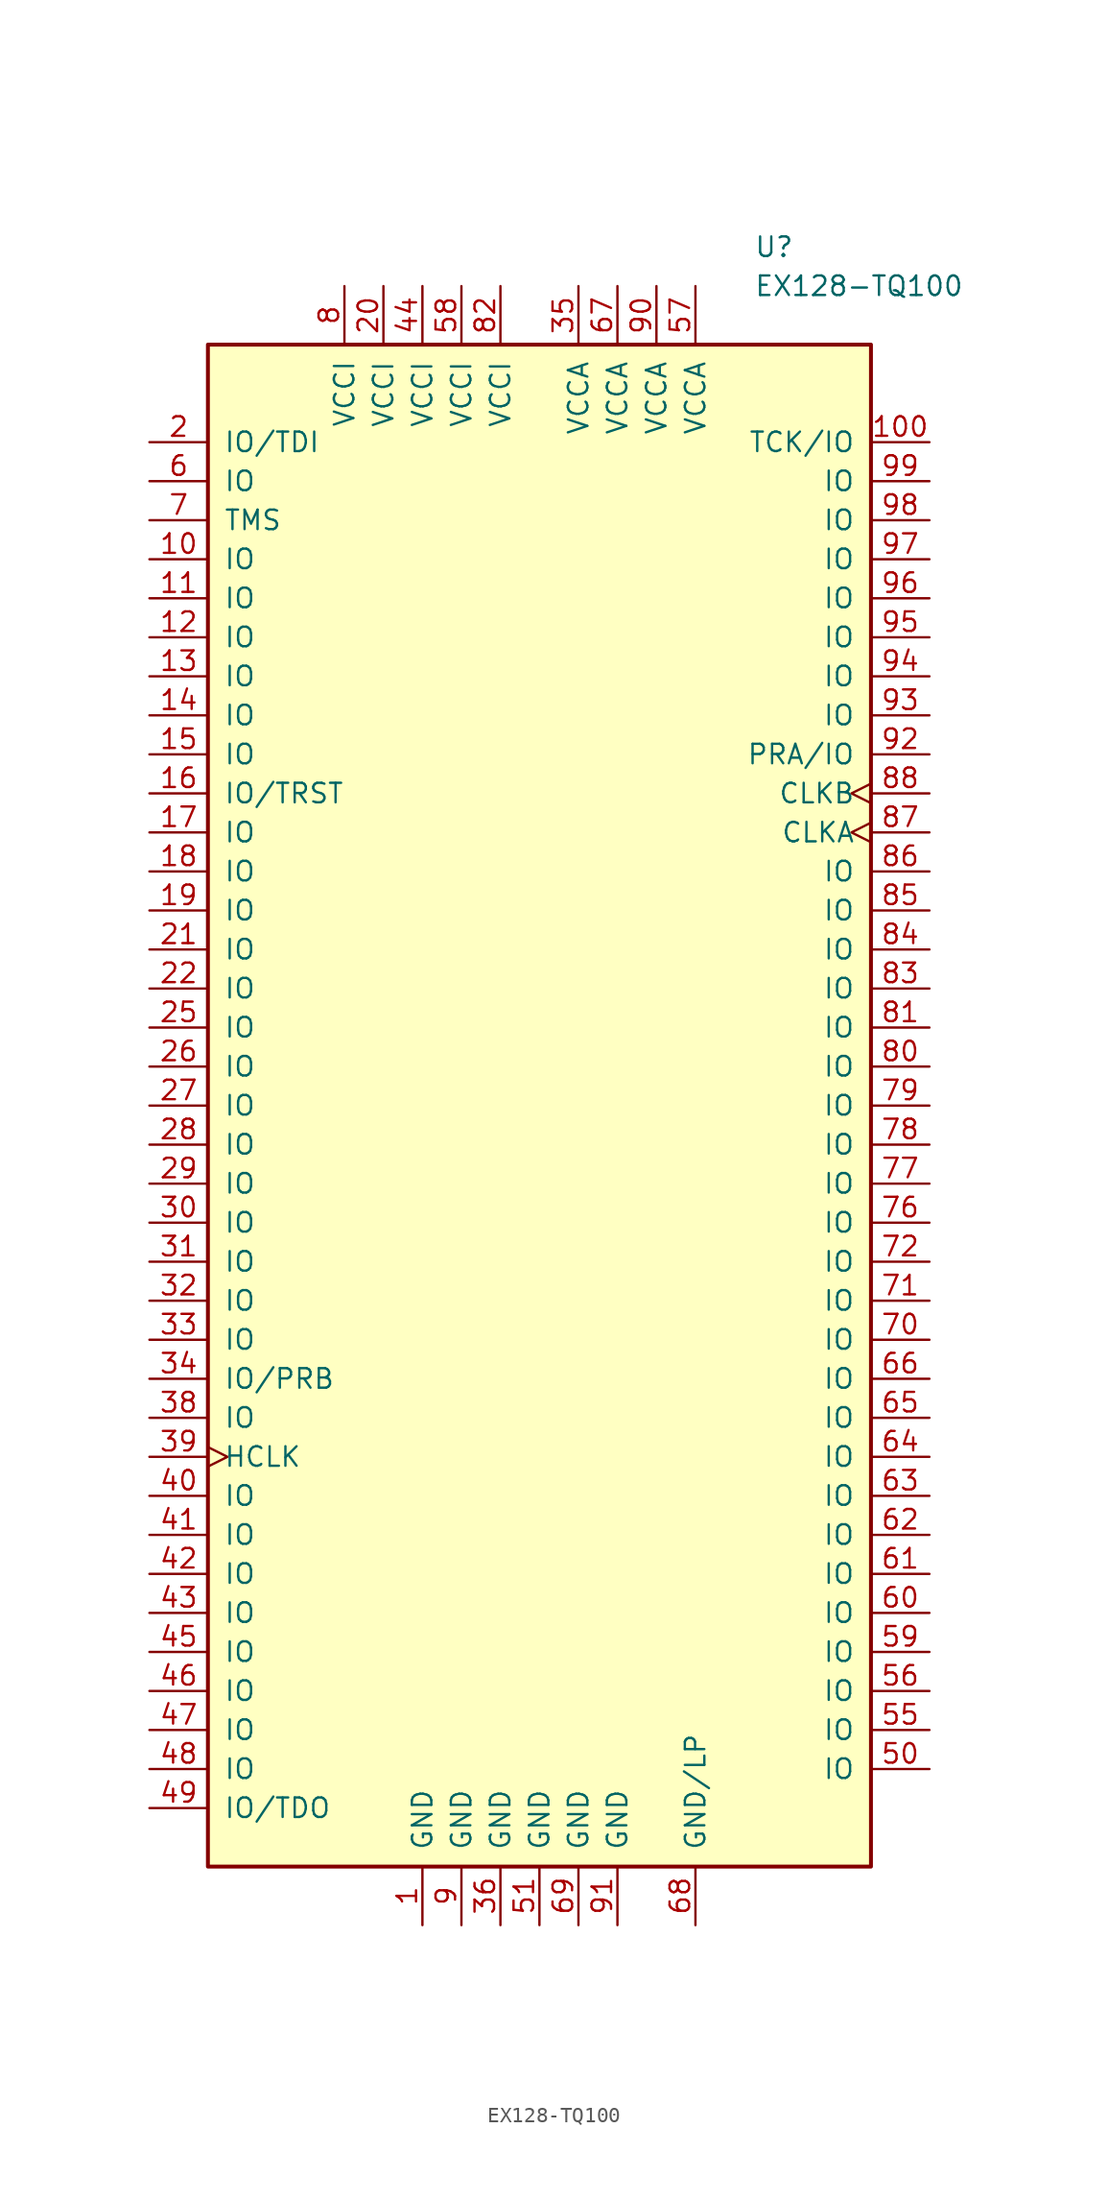
<source format=kicad_sym>
(kicad_symbol_lib
  (version 20201005)
  (generator kicad_symbol_editor)
  (symbol "FPGA_Microsemi:EX128-TQ100"
    (pin_names
      (offset 1.016))
    (property "Reference" "U"
      (at 13.97 55.88 0)
      (effects (font (size 1.27 1.27)) (justify left)))
    (property "Value" "EX128-TQ100"
      (at 13.97 53.34 0)
      (effects (font (size 1.27 1.27)) (justify left)))
    (symbol "EX128-TQ100_0_1"
      (rectangle (start -21.59 49.53) (end 21.59 -49.53) (stroke (width 0.254)) (fill (type background))))
    (symbol "EX128-TQ100_1_1"
      (pin power_in line (at -7.62 -53.34 90) (length 3.81) (name "GND" (effects (font (size 1.27 1.27)))) (number "1" (effects (font (size 1.27 1.27)))))
      (pin bidirectional line (at -25.4 35.56 0) (length 3.81) (name "IO" (effects (font (size 1.27 1.27)))) (number "10" (effects (font (size 1.27 1.27)))))
      (pin bidirectional line (at 25.4 43.18 180) (length 3.81) (name "TCK/IO" (effects (font (size 1.27 1.27)))) (number "100" (effects (font (size 1.27 1.27)))))
      (pin bidirectional line (at -25.4 33.02 0) (length 3.81) (name "IO" (effects (font (size 1.27 1.27)))) (number "11" (effects (font (size 1.27 1.27)))))
      (pin bidirectional line (at -25.4 30.48 0) (length 3.81) (name "IO" (effects (font (size 1.27 1.27)))) (number "12" (effects (font (size 1.27 1.27)))))
      (pin bidirectional line (at -25.4 27.94 0) (length 3.81) (name "IO" (effects (font (size 1.27 1.27)))) (number "13" (effects (font (size 1.27 1.27)))))
      (pin bidirectional line (at -25.4 25.4 0) (length 3.81) (name "IO" (effects (font (size 1.27 1.27)))) (number "14" (effects (font (size 1.27 1.27)))))
      (pin bidirectional line (at -25.4 22.86 0) (length 3.81) (name "IO" (effects (font (size 1.27 1.27)))) (number "15" (effects (font (size 1.27 1.27)))))
      (pin bidirectional line (at -25.4 20.32 0) (length 3.81) (name "IO/TRST" (effects (font (size 1.27 1.27)))) (number "16" (effects (font (size 1.27 1.27)))))
      (pin bidirectional line (at -25.4 17.78 0) (length 3.81) (name "IO" (effects (font (size 1.27 1.27)))) (number "17" (effects (font (size 1.27 1.27)))))
      (pin bidirectional line (at -25.4 15.24 0) (length 3.81) (name "IO" (effects (font (size 1.27 1.27)))) (number "18" (effects (font (size 1.27 1.27)))))
      (pin bidirectional line (at -25.4 12.7 0) (length 3.81) (name "IO" (effects (font (size 1.27 1.27)))) (number "19" (effects (font (size 1.27 1.27)))))
      (pin bidirectional line (at -25.4 43.18 0) (length 3.81) (name "IO/TDI" (effects (font (size 1.27 1.27)))) (number "2" (effects (font (size 1.27 1.27)))))
      (pin power_in line (at -10.16 53.34 270) (length 3.81) (name "VCCI" (effects (font (size 1.27 1.27)))) (number "20" (effects (font (size 1.27 1.27)))))
      (pin bidirectional line (at -25.4 10.16 0) (length 3.81) (name "IO" (effects (font (size 1.27 1.27)))) (number "21" (effects (font (size 1.27 1.27)))))
      (pin bidirectional line (at -25.4 7.62 0) (length 3.81) (name "IO" (effects (font (size 1.27 1.27)))) (number "22" (effects (font (size 1.27 1.27)))))
      (pin bidirectional line (at -25.4 5.08 0) (length 3.81) (name "IO" (effects (font (size 1.27 1.27)))) (number "25" (effects (font (size 1.27 1.27)))))
      (pin bidirectional line (at -25.4 2.54 0) (length 3.81) (name "IO" (effects (font (size 1.27 1.27)))) (number "26" (effects (font (size 1.27 1.27)))))
      (pin bidirectional line (at -25.4 0 0) (length 3.81) (name "IO" (effects (font (size 1.27 1.27)))) (number "27" (effects (font (size 1.27 1.27)))))
      (pin bidirectional line (at -25.4 -2.54 0) (length 3.81) (name "IO" (effects (font (size 1.27 1.27)))) (number "28" (effects (font (size 1.27 1.27)))))
      (pin bidirectional line (at -25.4 -5.08 0) (length 3.81) (name "IO" (effects (font (size 1.27 1.27)))) (number "29" (effects (font (size 1.27 1.27)))))
      (pin bidirectional line (at -25.4 -7.62 0) (length 3.81) (name "IO" (effects (font (size 1.27 1.27)))) (number "30" (effects (font (size 1.27 1.27)))))
      (pin bidirectional line (at -25.4 -10.16 0) (length 3.81) (name "IO" (effects (font (size 1.27 1.27)))) (number "31" (effects (font (size 1.27 1.27)))))
      (pin bidirectional line (at -25.4 -12.7 0) (length 3.81) (name "IO" (effects (font (size 1.27 1.27)))) (number "32" (effects (font (size 1.27 1.27)))))
      (pin bidirectional line (at -25.4 -15.24 0) (length 3.81) (name "IO" (effects (font (size 1.27 1.27)))) (number "33" (effects (font (size 1.27 1.27)))))
      (pin bidirectional line (at -25.4 -17.78 0) (length 3.81) (name "IO/PRB" (effects (font (size 1.27 1.27)))) (number "34" (effects (font (size 1.27 1.27)))))
      (pin power_in line (at 2.54 53.34 270) (length 3.81) (name "VCCA" (effects (font (size 1.27 1.27)))) (number "35" (effects (font (size 1.27 1.27)))))
      (pin power_in line (at -2.54 -53.34 90) (length 3.81) (name "GND" (effects (font (size 1.27 1.27)))) (number "36" (effects (font (size 1.27 1.27)))))
      (pin bidirectional line (at -25.4 -20.32 0) (length 3.81) (name "IO" (effects (font (size 1.27 1.27)))) (number "38" (effects (font (size 1.27 1.27)))))
      (pin input clock (at -25.4 -22.86 0) (length 3.81) (name "HCLK" (effects (font (size 1.27 1.27)))) (number "39" (effects (font (size 1.27 1.27)))))
      (pin bidirectional line (at -25.4 -25.4 0) (length 3.81) (name "IO" (effects (font (size 1.27 1.27)))) (number "40" (effects (font (size 1.27 1.27)))))
      (pin bidirectional line (at -25.4 -27.94 0) (length 3.81) (name "IO" (effects (font (size 1.27 1.27)))) (number "41" (effects (font (size 1.27 1.27)))))
      (pin bidirectional line (at -25.4 -30.48 0) (length 3.81) (name "IO" (effects (font (size 1.27 1.27)))) (number "42" (effects (font (size 1.27 1.27)))))
      (pin bidirectional line (at -25.4 -33.02 0) (length 3.81) (name "IO" (effects (font (size 1.27 1.27)))) (number "43" (effects (font (size 1.27 1.27)))))
      (pin power_in line (at -7.62 53.34 270) (length 3.81) (name "VCCI" (effects (font (size 1.27 1.27)))) (number "44" (effects (font (size 1.27 1.27)))))
      (pin bidirectional line (at -25.4 -35.56 0) (length 3.81) (name "IO" (effects (font (size 1.27 1.27)))) (number "45" (effects (font (size 1.27 1.27)))))
      (pin bidirectional line (at -25.4 -38.1 0) (length 3.81) (name "IO" (effects (font (size 1.27 1.27)))) (number "46" (effects (font (size 1.27 1.27)))))
      (pin bidirectional line (at -25.4 -40.64 0) (length 3.81) (name "IO" (effects (font (size 1.27 1.27)))) (number "47" (effects (font (size 1.27 1.27)))))
      (pin bidirectional line (at -25.4 -43.18 0) (length 3.81) (name "IO" (effects (font (size 1.27 1.27)))) (number "48" (effects (font (size 1.27 1.27)))))
      (pin bidirectional line (at -25.4 -45.72 0) (length 3.81) (name "IO/TDO" (effects (font (size 1.27 1.27)))) (number "49" (effects (font (size 1.27 1.27)))))
      (pin bidirectional line (at 25.4 -43.18 180) (length 3.81) (name "IO" (effects (font (size 1.27 1.27)))) (number "50" (effects (font (size 1.27 1.27)))))
      (pin power_in line (at 0 -53.34 90) (length 3.81) (name "GND" (effects (font (size 1.27 1.27)))) (number "51" (effects (font (size 1.27 1.27)))))
      (pin bidirectional line (at 25.4 -40.64 180) (length 3.81) (name "IO" (effects (font (size 1.27 1.27)))) (number "55" (effects (font (size 1.27 1.27)))))
      (pin bidirectional line (at 25.4 -38.1 180) (length 3.81) (name "IO" (effects (font (size 1.27 1.27)))) (number "56" (effects (font (size 1.27 1.27)))))
      (pin power_in line (at 10.16 53.34 270) (length 3.81) (name "VCCA" (effects (font (size 1.27 1.27)))) (number "57" (effects (font (size 1.27 1.27)))))
      (pin power_in line (at -5.08 53.34 270) (length 3.81) (name "VCCI" (effects (font (size 1.27 1.27)))) (number "58" (effects (font (size 1.27 1.27)))))
      (pin bidirectional line (at 25.4 -35.56 180) (length 3.81) (name "IO" (effects (font (size 1.27 1.27)))) (number "59" (effects (font (size 1.27 1.27)))))
      (pin bidirectional line (at -25.4 40.64 0) (length 3.81) (name "IO" (effects (font (size 1.27 1.27)))) (number "6" (effects (font (size 1.27 1.27)))))
      (pin bidirectional line (at 25.4 -33.02 180) (length 3.81) (name "IO" (effects (font (size 1.27 1.27)))) (number "60" (effects (font (size 1.27 1.27)))))
      (pin bidirectional line (at 25.4 -30.48 180) (length 3.81) (name "IO" (effects (font (size 1.27 1.27)))) (number "61" (effects (font (size 1.27 1.27)))))
      (pin bidirectional line (at 25.4 -27.94 180) (length 3.81) (name "IO" (effects (font (size 1.27 1.27)))) (number "62" (effects (font (size 1.27 1.27)))))
      (pin bidirectional line (at 25.4 -25.4 180) (length 3.81) (name "IO" (effects (font (size 1.27 1.27)))) (number "63" (effects (font (size 1.27 1.27)))))
      (pin bidirectional line (at 25.4 -22.86 180) (length 3.81) (name "IO" (effects (font (size 1.27 1.27)))) (number "64" (effects (font (size 1.27 1.27)))))
      (pin bidirectional line (at 25.4 -20.32 180) (length 3.81) (name "IO" (effects (font (size 1.27 1.27)))) (number "65" (effects (font (size 1.27 1.27)))))
      (pin bidirectional line (at 25.4 -17.78 180) (length 3.81) (name "IO" (effects (font (size 1.27 1.27)))) (number "66" (effects (font (size 1.27 1.27)))))
      (pin power_in line (at 5.08 53.34 270) (length 3.81) (name "VCCA" (effects (font (size 1.27 1.27)))) (number "67" (effects (font (size 1.27 1.27)))))
      (pin power_in line (at 10.16 -53.34 90) (length 3.81) (name "GND/LP" (effects (font (size 1.27 1.27)))) (number "68" (effects (font (size 1.27 1.27)))))
      (pin power_in line (at 2.54 -53.34 90) (length 3.81) (name "GND" (effects (font (size 1.27 1.27)))) (number "69" (effects (font (size 1.27 1.27)))))
      (pin input line (at -25.4 38.1 0) (length 3.81) (name "TMS" (effects (font (size 1.27 1.27)))) (number "7" (effects (font (size 1.27 1.27)))))
      (pin bidirectional line (at 25.4 -15.24 180) (length 3.81) (name "IO" (effects (font (size 1.27 1.27)))) (number "70" (effects (font (size 1.27 1.27)))))
      (pin bidirectional line (at 25.4 -12.7 180) (length 3.81) (name "IO" (effects (font (size 1.27 1.27)))) (number "71" (effects (font (size 1.27 1.27)))))
      (pin bidirectional line (at 25.4 -10.16 180) (length 3.81) (name "IO" (effects (font (size 1.27 1.27)))) (number "72" (effects (font (size 1.27 1.27)))))
      (pin bidirectional line (at 25.4 -7.62 180) (length 3.81) (name "IO" (effects (font (size 1.27 1.27)))) (number "76" (effects (font (size 1.27 1.27)))))
      (pin bidirectional line (at 25.4 -5.08 180) (length 3.81) (name "IO" (effects (font (size 1.27 1.27)))) (number "77" (effects (font (size 1.27 1.27)))))
      (pin bidirectional line (at 25.4 -2.54 180) (length 3.81) (name "IO" (effects (font (size 1.27 1.27)))) (number "78" (effects (font (size 1.27 1.27)))))
      (pin bidirectional line (at 25.4 0 180) (length 3.81) (name "IO" (effects (font (size 1.27 1.27)))) (number "79" (effects (font (size 1.27 1.27)))))
      (pin power_in line (at -12.7 53.34 270) (length 3.785) (name "VCCI" (effects (font (size 1.27 1.27)))) (number "8" (effects (font (size 1.27 1.27)))))
      (pin bidirectional line (at 25.4 2.54 180) (length 3.81) (name "IO" (effects (font (size 1.27 1.27)))) (number "80" (effects (font (size 1.27 1.27)))))
      (pin bidirectional line (at 25.4 5.08 180) (length 3.81) (name "IO" (effects (font (size 1.27 1.27)))) (number "81" (effects (font (size 1.27 1.27)))))
      (pin power_in line (at -2.54 53.34 270) (length 3.81) (name "VCCI" (effects (font (size 1.27 1.27)))) (number "82" (effects (font (size 1.27 1.27)))))
      (pin bidirectional line (at 25.4 7.62 180) (length 3.81) (name "IO" (effects (font (size 1.27 1.27)))) (number "83" (effects (font (size 1.27 1.27)))))
      (pin bidirectional line (at 25.4 10.16 180) (length 3.81) (name "IO" (effects (font (size 1.27 1.27)))) (number "84" (effects (font (size 1.27 1.27)))))
      (pin bidirectional line (at 25.4 12.7 180) (length 3.81) (name "IO" (effects (font (size 1.27 1.27)))) (number "85" (effects (font (size 1.27 1.27)))))
      (pin bidirectional line (at 25.4 15.24 180) (length 3.81) (name "IO" (effects (font (size 1.27 1.27)))) (number "86" (effects (font (size 1.27 1.27)))))
      (pin input clock (at 25.4 17.78 180) (length 3.81) (name "CLKA" (effects (font (size 1.27 1.27)))) (number "87" (effects (font (size 1.27 1.27)))))
      (pin input clock (at 25.4 20.32 180) (length 3.81) (name "CLKB" (effects (font (size 1.27 1.27)))) (number "88" (effects (font (size 1.27 1.27)))))
      (pin power_in line (at -5.08 -53.34 90) (length 3.81) (name "GND" (effects (font (size 1.27 1.27)))) (number "9" (effects (font (size 1.27 1.27)))))
      (pin power_in line (at 7.62 53.34 270) (length 3.81) (name "VCCA" (effects (font (size 1.27 1.27)))) (number "90" (effects (font (size 1.27 1.27)))))
      (pin power_in line (at 5.08 -53.34 90) (length 3.81) (name "GND" (effects (font (size 1.27 1.27)))) (number "91" (effects (font (size 1.27 1.27)))))
      (pin bidirectional line (at 25.4 22.86 180) (length 3.81) (name "PRA/IO" (effects (font (size 1.27 1.27)))) (number "92" (effects (font (size 1.27 1.27)))))
      (pin bidirectional line (at 25.4 25.4 180) (length 3.81) (name "IO" (effects (font (size 1.27 1.27)))) (number "93" (effects (font (size 1.27 1.27)))))
      (pin bidirectional line (at 25.4 27.94 180) (length 3.81) (name "IO" (effects (font (size 1.27 1.27)))) (number "94" (effects (font (size 1.27 1.27)))))
      (pin bidirectional line (at 25.4 30.48 180) (length 3.81) (name "IO" (effects (font (size 1.27 1.27)))) (number "95" (effects (font (size 1.27 1.27)))))
      (pin bidirectional line (at 25.4 33.02 180) (length 3.81) (name "IO" (effects (font (size 1.27 1.27)))) (number "96" (effects (font (size 1.27 1.27)))))
      (pin bidirectional line (at 25.4 35.56 180) (length 3.81) (name "IO" (effects (font (size 1.27 1.27)))) (number "97" (effects (font (size 1.27 1.27)))))
      (pin bidirectional line (at 25.4 38.1 180) (length 3.81) (name "IO" (effects (font (size 1.27 1.27)))) (number "98" (effects (font (size 1.27 1.27)))))
      (pin bidirectional line (at 25.4 40.64 180) (length 3.81) (name "IO" (effects (font (size 1.27 1.27)))) (number "99" (effects (font (size 1.27 1.27))))))))
</source>
